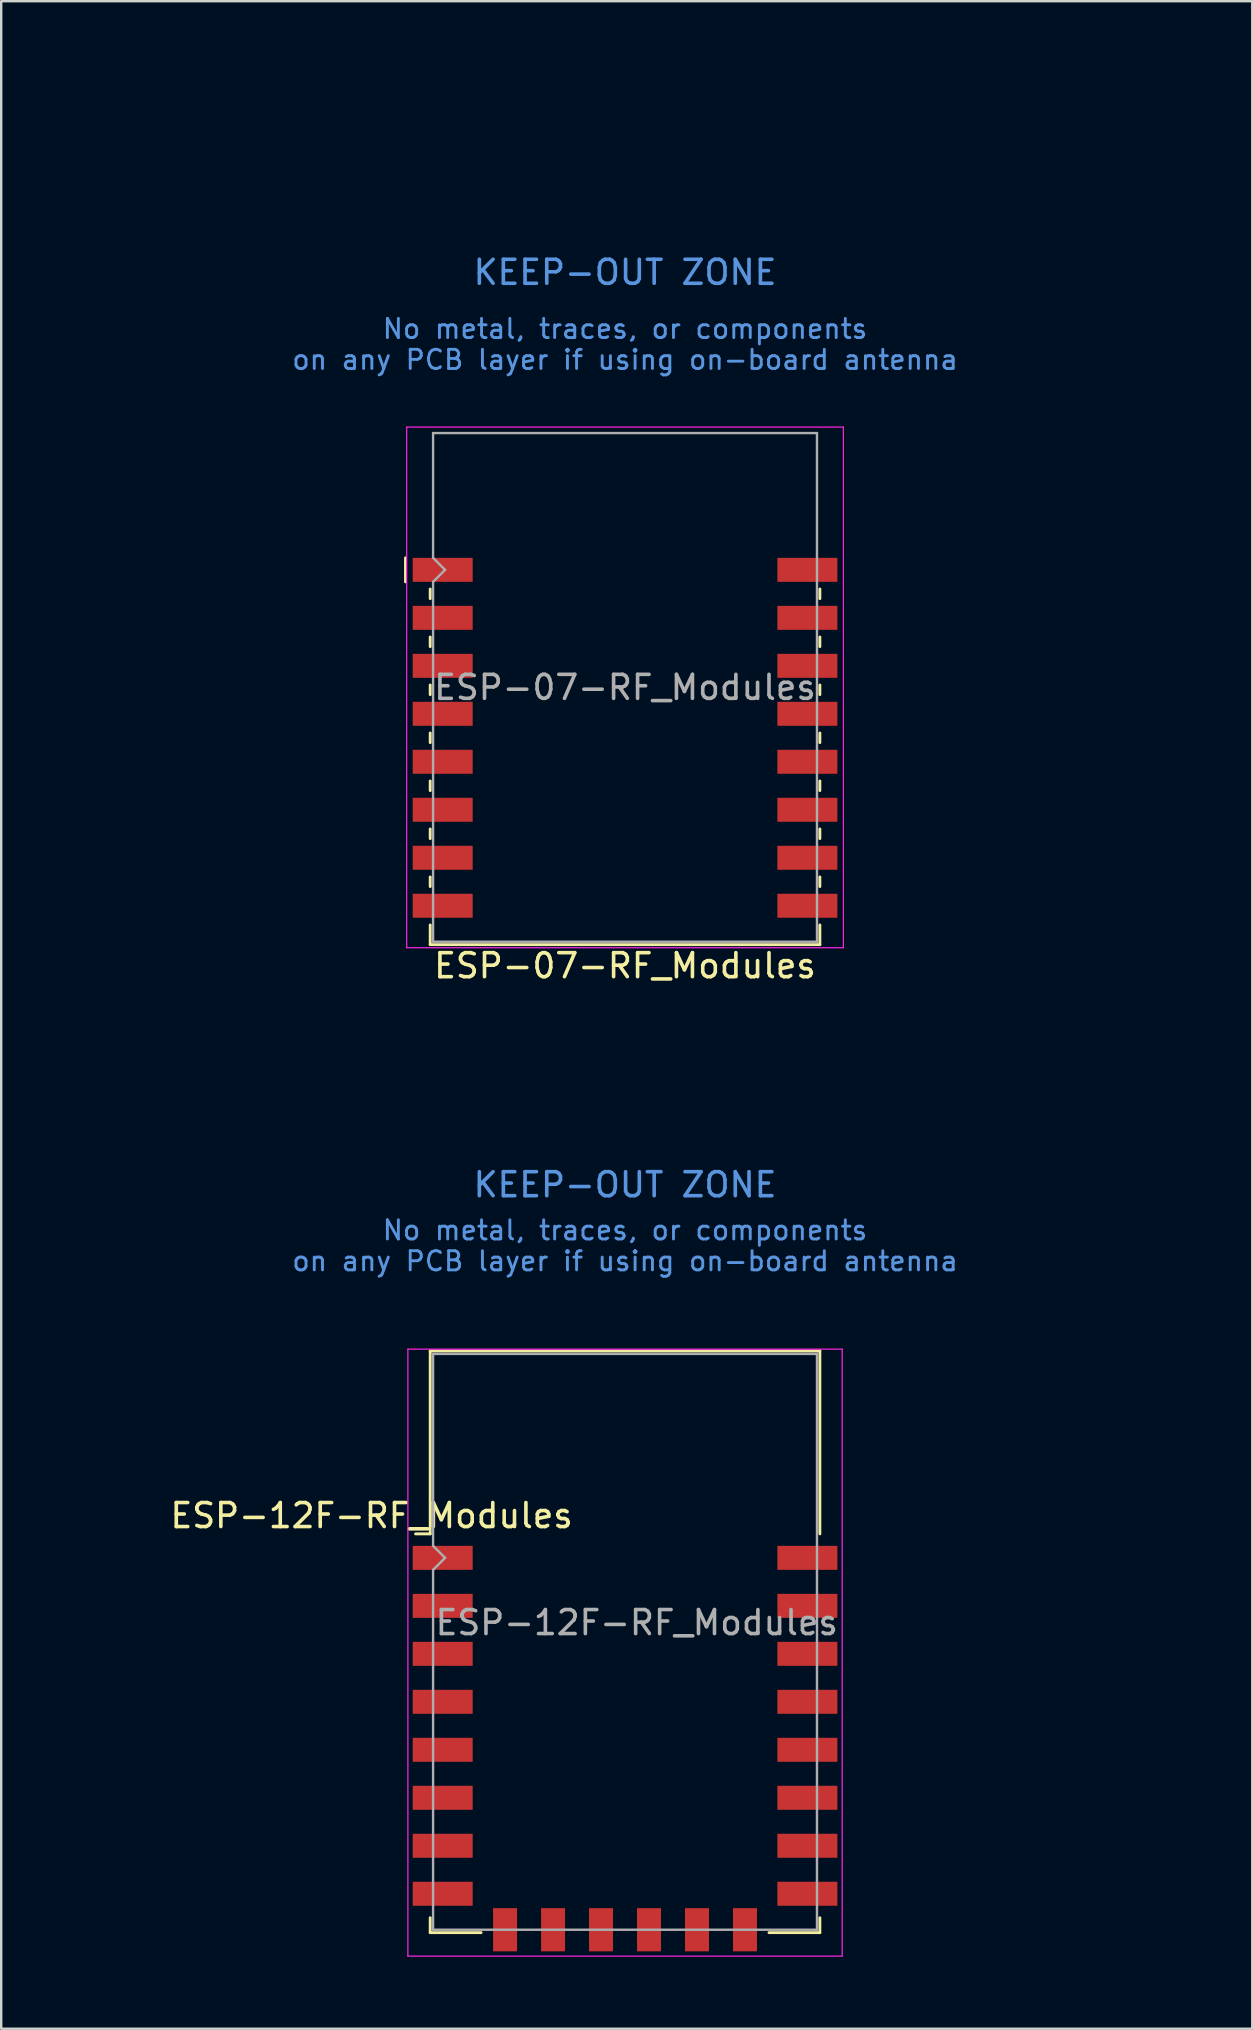
<source format=kicad_pcb>
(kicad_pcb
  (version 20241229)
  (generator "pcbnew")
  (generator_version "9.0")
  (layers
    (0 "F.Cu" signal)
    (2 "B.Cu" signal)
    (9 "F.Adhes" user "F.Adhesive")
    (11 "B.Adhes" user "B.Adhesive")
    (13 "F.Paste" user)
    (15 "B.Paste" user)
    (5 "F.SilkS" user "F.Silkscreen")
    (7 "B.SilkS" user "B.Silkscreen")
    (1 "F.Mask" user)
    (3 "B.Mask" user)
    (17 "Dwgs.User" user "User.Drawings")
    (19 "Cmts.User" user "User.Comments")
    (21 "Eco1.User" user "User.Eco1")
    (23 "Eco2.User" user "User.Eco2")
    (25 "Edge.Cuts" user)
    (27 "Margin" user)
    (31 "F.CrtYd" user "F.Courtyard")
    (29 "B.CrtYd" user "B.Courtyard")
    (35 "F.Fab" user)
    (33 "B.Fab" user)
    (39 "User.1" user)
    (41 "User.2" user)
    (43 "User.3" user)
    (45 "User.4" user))
  (footprint "ESP-12F-RF_Modules"
    (layer "F.Cu")
    (at 23 65.378)
    (property "Reference" "ESP-12F-RF_Modules" (at -10.56 -5.26 0) (layer "F.SilkS") (effects (font (size 1 1) (thickness 0.15))))
    (attr smd)
    (fp_line (start -8.12 -12.12) (end 8.12 -12.12) (stroke (width 0.12) (type solid)) (layer "F.SilkS"))
    (fp_line (start -8.12 -4.5) (end -8.73 -4.5) (stroke (width 0.12) (type solid)) (layer "F.SilkS"))
    (fp_line (start -8.12 -4.5) (end -8.12 -12.12) (stroke (width 0.12) (type solid)) (layer "F.SilkS"))
    (fp_line (start -8.12 12.12) (end -8.12 11.5) (stroke (width 0.12) (type solid)) (layer "F.SilkS"))
    (fp_line (start -6 12.12) (end -8.12 12.12) (stroke (width 0.12) (type solid)) (layer "F.SilkS"))
    (fp_line (start 8.12 -12.12) (end 8.12 -4.5) (stroke (width 0.12) (type solid)) (layer "F.SilkS"))
    (fp_line (start 8.12 11.5) (end 8.12 12.12) (stroke (width 0.12) (type solid)) (layer "F.SilkS"))
    (fp_line (start 8.12 12.12) (end 6 12.12) (stroke (width 0.12) (type solid)) (layer "F.SilkS"))
    (fp_line (start -9.05 -12.2) (end 9.05 -12.2) (stroke (width 0.05) (type solid)) (layer "F.CrtYd"))
    (fp_line (start -9.05 13.1) (end -9.05 -12.2) (stroke (width 0.05) (type solid)) (layer "F.CrtYd"))
    (fp_line (start 9.05 -12.2) (end 9.05 13.1) (stroke (width 0.05) (type solid)) (layer "F.CrtYd"))
    (fp_line (start 9.05 13.1) (end -9.05 13.1) (stroke (width 0.05) (type solid)) (layer "F.CrtYd"))
    (fp_line (start -8 -12) (end 8 -12) (stroke (width 0.1) (type solid)) (layer "F.Fab"))
    (fp_line (start -8 -4) (end -8 -12) (stroke (width 0.1) (type solid)) (layer "F.Fab"))
    (fp_line (start -8 -3) (end -7.5 -3.5) (stroke (width 0.1) (type solid)) (layer "F.Fab"))
    (fp_line (start -8 12) (end -8 -3) (stroke (width 0.1) (type solid)) (layer "F.Fab"))
    (fp_line (start -7.5 -3.5) (end -8 -4) (stroke (width 0.1) (type solid)) (layer "F.Fab"))
    (fp_line (start 8 -12) (end 8 12) (stroke (width 0.1) (type solid)) (layer "F.Fab"))
    (fp_line (start 8 12) (end -8 12) (stroke (width 0.1) (type solid)) (layer "F.Fab"))
    (fp_text user "KEEP-OUT ZONE" (at 0 -19.05 180) (layer "Cmts.User") (effects (font (size 1 1) (thickness 0.15))))
    (fp_text user "No metal, traces, or components\non any PCB layer if using on-board antenna" (at 0 -16.51 180) (layer "Cmts.User") (effects (font (size 0.8 0.8) (thickness 0.12))))
    (fp_text user "${REFERENCE}" (at 0.49 -0.8 0) (layer "F.Fab") (effects (font (size 1 1) (thickness 0.15))))
    (pad "1" smd rect (at -7.6 -3.5) (size 2.5 1) (layers "F.Cu" "F.Mask" "F.Paste"))
    (pad "2" smd rect (at -7.6 -1.5) (size 2.5 1) (layers "F.Cu" "F.Mask" "F.Paste"))
    (pad "3" smd rect (at -7.6 0.5) (size 2.5 1) (layers "F.Cu" "F.Mask" "F.Paste"))
    (pad "4" smd rect (at -7.6 2.5) (size 2.5 1) (layers "F.Cu" "F.Mask" "F.Paste"))
    (pad "5" smd rect (at -7.6 4.5) (size 2.5 1) (layers "F.Cu" "F.Mask" "F.Paste"))
    (pad "6" smd rect (at -7.6 6.5) (size 2.5 1) (layers "F.Cu" "F.Mask" "F.Paste"))
    (pad "7" smd rect (at -7.6 8.5) (size 2.5 1) (layers "F.Cu" "F.Mask" "F.Paste"))
    (pad "8" smd rect (at -7.6 10.5) (size 2.5 1) (layers "F.Cu" "F.Mask" "F.Paste"))
    (pad "9" smd rect (at 7.6 10.5) (size 2.5 1) (layers "F.Cu" "F.Mask" "F.Paste"))
    (pad "10" smd rect (at 7.6 8.5) (size 2.5 1) (layers "F.Cu" "F.Mask" "F.Paste"))
    (pad "11" smd rect (at 7.6 6.5) (size 2.5 1) (layers "F.Cu" "F.Mask" "F.Paste"))
    (pad "12" smd rect (at 7.6 4.5) (size 2.5 1) (layers "F.Cu" "F.Mask" "F.Paste"))
    (pad "13" smd rect (at 7.6 2.5) (size 2.5 1) (layers "F.Cu" "F.Mask" "F.Paste"))
    (pad "14" smd rect (at 7.6 0.5) (size 2.5 1) (layers "F.Cu" "F.Mask" "F.Paste"))
    (pad "15" smd rect (at 7.6 -1.5) (size 2.5 1) (layers "F.Cu" "F.Mask" "F.Paste"))
    (pad "16" smd rect (at 7.6 -3.5) (size 2.5 1) (layers "F.Cu" "F.Mask" "F.Paste"))
    (pad "17" smd rect (at -5 12) (size 1 1.8) (layers "F.Cu" "F.Mask" "F.Paste"))
    (pad "18" smd rect (at -3 12) (size 1 1.8) (layers "F.Cu" "F.Mask" "F.Paste"))
    (pad "19" smd rect (at -1 12) (size 1 1.8) (layers "F.Cu" "F.Mask" "F.Paste"))
    (pad "20" smd rect (at 1 12) (size 1 1.8) (layers "F.Cu" "F.Mask" "F.Paste"))
    (pad "21" smd rect (at 3 12) (size 1 1.8) (layers "F.Cu" "F.Mask" "F.Paste"))
    (pad "22" smd rect (at 5 12) (size 1 1.8) (layers "F.Cu" "F.Mask" "F.Paste"))
    (zone (net_name "") (layers "F.Cu" "B.Cu") (hatch full 0.508) (connect_pads) (min_thickness 0.254) (filled_areas_thickness no) (keepout (tracks not_allowed) (vias not_allowed) (pads not_allowed) (copperpour not_allowed) (footprints not_allowed)) (placement (enabled no)) (fill) (polygon (pts (xy 0 60.654) (xy 46 60.654) (xy 46.14 41.048) (xy 0.14 41.048)))))
  (footprint "ESP-07-RF_Modules"
    (layer "F.Cu")
    (at 23 25.6)
    (property "Reference" "ESP-07-RF_Modules" (at 0 11.6 0) (layer "F.SilkS") (effects (font (size 1 1) (thickness 0.15))))
    (attr smd)
    (fp_line (start -9.15 -5.4) (end -9.15 -4.4) (stroke (width 0.12) (type solid)) (layer "F.SilkS"))
    (fp_line (start -8.12 -3.7) (end -8.12 -4.1) (stroke (width 0.12) (type solid)) (layer "F.SilkS"))
    (fp_line (start -8.12 -1.7) (end -8.12 -2.1) (stroke (width 0.12) (type solid)) (layer "F.SilkS"))
    (fp_line (start -8.12 0.3) (end -8.12 -0.1) (stroke (width 0.12) (type solid)) (layer "F.SilkS"))
    (fp_line (start -8.12 2.3) (end -8.12 1.9) (stroke (width 0.12) (type solid)) (layer "F.SilkS"))
    (fp_line (start -8.12 4.3) (end -8.12 3.9) (stroke (width 0.12) (type solid)) (layer "F.SilkS"))
    (fp_line (start -8.12 6.3) (end -8.12 5.9) (stroke (width 0.12) (type solid)) (layer "F.SilkS"))
    (fp_line (start -8.12 8.3) (end -8.12 7.9) (stroke (width 0.12) (type solid)) (layer "F.SilkS"))
    (fp_line (start -8.12 10.72) (end -8.12 9.9) (stroke (width 0.12) (type solid)) (layer "F.SilkS"))
    (fp_line (start 8.12 -3.7) (end 8.12 -4.1) (stroke (width 0.12) (type solid)) (layer "F.SilkS"))
    (fp_line (start 8.12 -1.7) (end 8.12 -2.1) (stroke (width 0.12) (type solid)) (layer "F.SilkS"))
    (fp_line (start 8.12 0.3) (end 8.12 -0.1) (stroke (width 0.12) (type solid)) (layer "F.SilkS"))
    (fp_line (start 8.12 2.3) (end 8.12 1.9) (stroke (width 0.12) (type solid)) (layer "F.SilkS"))
    (fp_line (start 8.12 4.3) (end 8.12 3.9) (stroke (width 0.12) (type solid)) (layer "F.SilkS"))
    (fp_line (start 8.12 6.3) (end 8.12 5.9) (stroke (width 0.12) (type solid)) (layer "F.SilkS"))
    (fp_line (start 8.12 8.3) (end 8.12 7.9) (stroke (width 0.12) (type solid)) (layer "F.SilkS"))
    (fp_line (start 8.12 9.9) (end 8.12 10.72) (stroke (width 0.12) (type solid)) (layer "F.SilkS"))
    (fp_line (start 8.12 10.72) (end -8.12 10.72) (stroke (width 0.12) (type solid)) (layer "F.SilkS"))
    (fp_line (start -9.1 -10.85) (end 9.1 -10.85) (stroke (width 0.05) (type solid)) (layer "F.CrtYd"))
    (fp_line (start -9.1 10.85) (end -9.1 -10.85) (stroke (width 0.05) (type solid)) (layer "F.CrtYd"))
    (fp_line (start 9.1 -10.85) (end 9.1 10.85) (stroke (width 0.05) (type solid)) (layer "F.CrtYd"))
    (fp_line (start 9.1 10.85) (end -9.1 10.85) (stroke (width 0.05) (type solid)) (layer "F.CrtYd"))
    (fp_line (start -8 -10.6) (end 8 -10.6) (stroke (width 0.1) (type solid)) (layer "F.Fab"))
    (fp_line (start -8 -5.4) (end -8 -10.6) (stroke (width 0.1) (type solid)) (layer "F.Fab"))
    (fp_line (start -8 -4.4) (end -7.5 -4.9) (stroke (width 0.1) (type solid)) (layer "F.Fab"))
    (fp_line (start -8 10.6) (end -8 -4.4) (stroke (width 0.1) (type solid)) (layer "F.Fab"))
    (fp_line (start -7.5 -4.9) (end -8 -5.4) (stroke (width 0.1) (type solid)) (layer "F.Fab"))
    (fp_line (start 8 -10.6) (end 8 10.6) (stroke (width 0.1) (type solid)) (layer "F.Fab"))
    (fp_line (start 8 10.6) (end -8 10.6) (stroke (width 0.1) (type solid)) (layer "F.Fab"))
    (fp_text user "KEEP-OUT ZONE" (at 0 -17.3 180) (layer "Cmts.User") (effects (font (size 1 1) (thickness 0.15))))
    (fp_text user "No metal, traces, or components\non any PCB layer if using on-board antenna" (at 0 -14.3 180) (layer "Cmts.User") (effects (font (size 0.8 0.8) (thickness 0.12))))
    (fp_text user "${REFERENCE}" (at 0 0 0) (layer "F.Fab") (effects (font (size 1 1) (thickness 0.15))))
    (pad "1" smd rect (at -7.6 -4.9) (size 2.5 1) (layers "F.Cu" "F.Mask" "F.Paste"))
    (pad "2" smd rect (at -7.6 -2.9) (size 2.5 1) (layers "F.Cu" "F.Mask" "F.Paste"))
    (pad "3" smd rect (at -7.6 -0.9) (size 2.5 1) (layers "F.Cu" "F.Mask" "F.Paste"))
    (pad "4" smd rect (at -7.6 1.1) (size 2.5 1) (layers "F.Cu" "F.Mask" "F.Paste"))
    (pad "5" smd rect (at -7.6 3.1) (size 2.5 1) (layers "F.Cu" "F.Mask" "F.Paste"))
    (pad "6" smd rect (at -7.6 5.1) (size 2.5 1) (layers "F.Cu" "F.Mask" "F.Paste"))
    (pad "7" smd rect (at -7.6 7.1) (size 2.5 1) (layers "F.Cu" "F.Mask" "F.Paste"))
    (pad "8" smd rect (at -7.6 9.1) (size 2.5 1) (layers "F.Cu" "F.Mask" "F.Paste"))
    (pad "9" smd rect (at 7.6 9.1) (size 2.5 1) (layers "F.Cu" "F.Mask" "F.Paste"))
    (pad "10" smd rect (at 7.6 7.1) (size 2.5 1) (layers "F.Cu" "F.Mask" "F.Paste"))
    (pad "11" smd rect (at 7.6 5.1) (size 2.5 1) (layers "F.Cu" "F.Mask" "F.Paste"))
    (pad "12" smd rect (at 7.6 3.1) (size 2.5 1) (layers "F.Cu" "F.Mask" "F.Paste"))
    (pad "13" smd rect (at 7.6 1.1) (size 2.5 1) (layers "F.Cu" "F.Mask" "F.Paste"))
    (pad "14" smd rect (at 7.6 -0.9) (size 2.5 1) (layers "F.Cu" "F.Mask" "F.Paste"))
    (pad "15" smd rect (at 7.6 -2.9) (size 2.5 1) (layers "F.Cu" "F.Mask" "F.Paste"))
    (pad "16" smd rect (at 7.6 -4.9) (size 2.5 1) (layers "F.Cu" "F.Mask" "F.Paste"))
    (zone (net_name "") (layers "F.Cu" "B.Cu") (hatch full 0.508) (connect_pads) (min_thickness 0.254) (filled_areas_thickness no) (keepout (tracks not_allowed) (vias not_allowed) (pads not_allowed) (copperpour not_allowed) (footprints not_allowed)) (placement (enabled no)) (fill) (polygon (pts (xy 0 19.6) (xy 46 19.6) (xy 46 0) (xy 0 0)))))
  (gr_rect
    (start -3 -3)
    (end 49.14 81.503)
    (stroke (width 0.1) (type default))
    (fill no)
    (layer "Edge.Cuts")))
</source>
